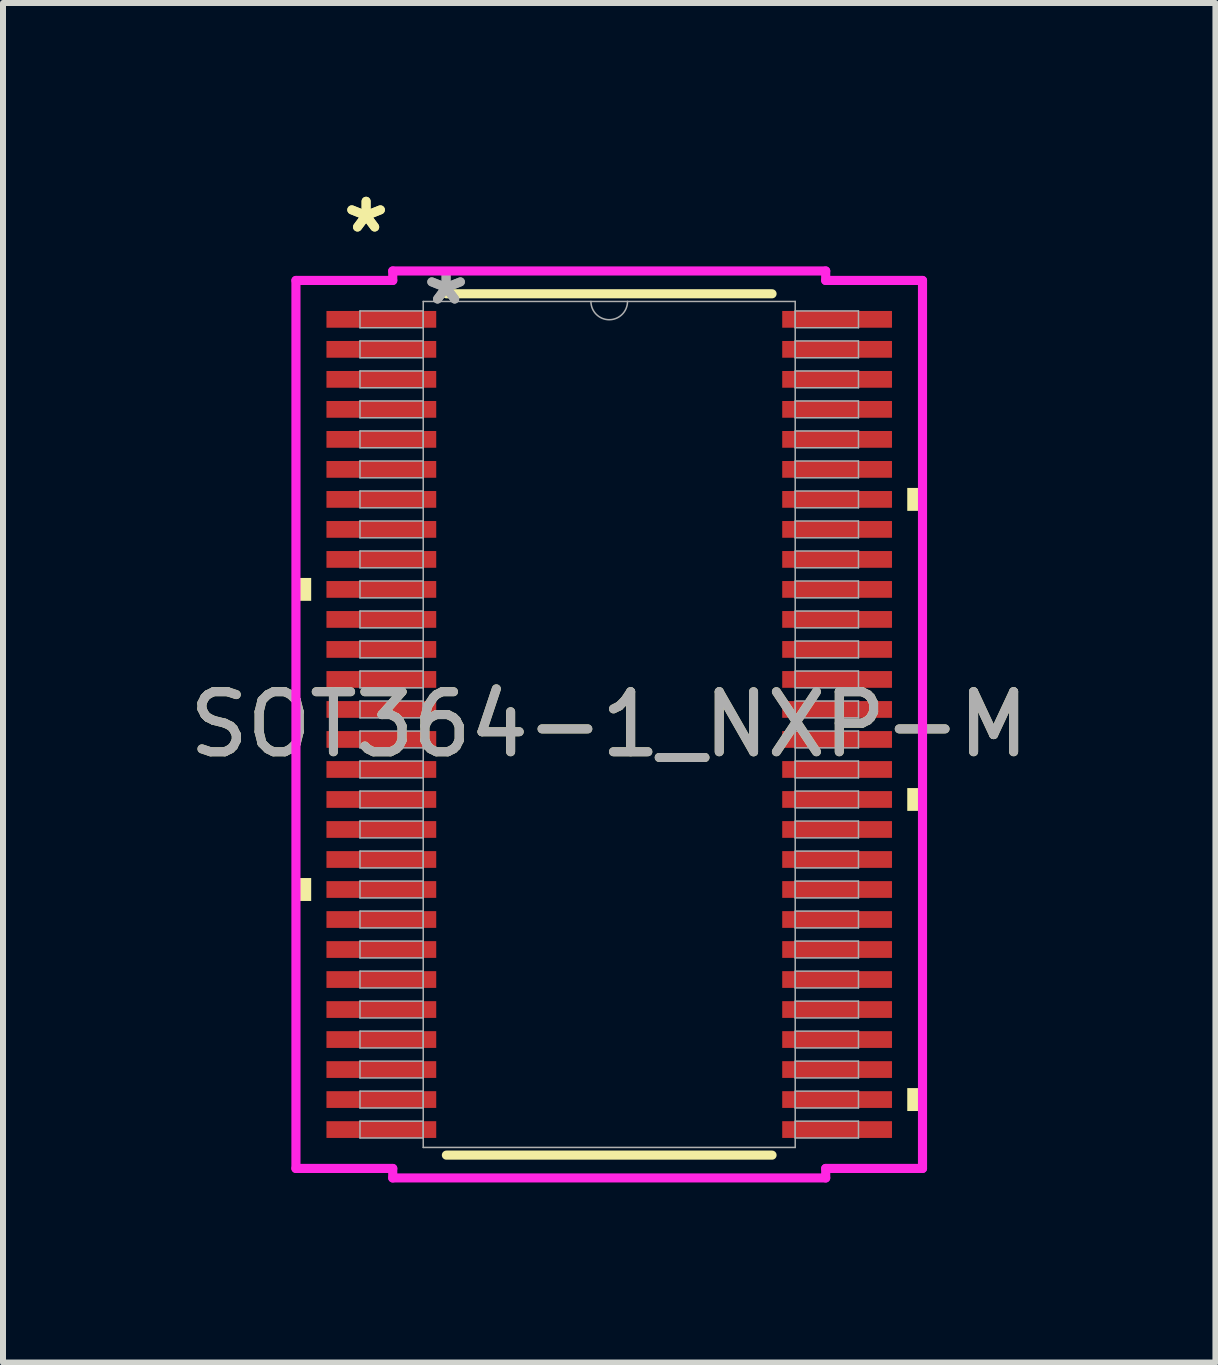
<source format=kicad_pcb>
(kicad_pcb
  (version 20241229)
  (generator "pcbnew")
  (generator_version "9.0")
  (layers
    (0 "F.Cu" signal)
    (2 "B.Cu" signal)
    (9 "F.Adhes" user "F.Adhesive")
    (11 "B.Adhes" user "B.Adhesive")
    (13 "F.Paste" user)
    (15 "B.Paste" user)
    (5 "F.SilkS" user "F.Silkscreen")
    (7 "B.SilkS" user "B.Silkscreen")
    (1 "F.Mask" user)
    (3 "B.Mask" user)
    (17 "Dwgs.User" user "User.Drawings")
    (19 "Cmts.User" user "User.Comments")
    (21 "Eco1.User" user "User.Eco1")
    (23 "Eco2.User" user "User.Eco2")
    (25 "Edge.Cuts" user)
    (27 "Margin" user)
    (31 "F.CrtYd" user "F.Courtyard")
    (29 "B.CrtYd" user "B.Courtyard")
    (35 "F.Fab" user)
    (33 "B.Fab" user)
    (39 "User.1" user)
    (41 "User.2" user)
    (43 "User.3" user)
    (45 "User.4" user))
  (footprint "SOT364-1_NXP-M"
    (layer "F.Cu")
    (at 7.101 9.021)
    (property "Reference" "SOT364-1_NXP-M" (at 0 0 0) (unlocked yes) (layer "F.SilkS") (effects (font (size 1 1) (thickness 0.15))))
    (attr smd)
    (fp_line (start -2.713 7.176) (end 2.713 7.176) (stroke (width 0.152) (type solid)) (layer "F.SilkS"))
    (fp_line (start 2.713 -7.176) (end -2.713 -7.176) (stroke (width 0.152) (type solid)) (layer "F.SilkS"))
    (fp_poly (pts (xy -5.22 -2.441) (xy -5.22 -2.06) (xy -4.966 -2.06) (xy -4.966 -2.441)) (stroke (width 0) (type solid)) (fill yes) (layer "F.SilkS"))
    (fp_poly (pts (xy -5.22 2.559) (xy -5.22 2.941) (xy -4.966 2.941) (xy -4.966 2.559)) (stroke (width 0) (type solid)) (fill yes) (layer "F.SilkS"))
    (fp_poly (pts (xy 5.22 -3.941) (xy 5.22 -3.559) (xy 4.966 -3.559) (xy 4.966 -3.941)) (stroke (width 0) (type solid)) (fill yes) (layer "F.SilkS"))
    (fp_poly (pts (xy 5.22 1.06) (xy 5.22 1.44) (xy 4.966 1.44) (xy 4.966 1.06)) (stroke (width 0) (type solid)) (fill yes) (layer "F.SilkS"))
    (fp_poly (pts (xy 5.22 6.059) (xy 5.22 6.441) (xy 4.966 6.441) (xy 4.966 6.059)) (stroke (width 0) (type solid)) (fill yes) (layer "F.SilkS"))
    (fp_line (start -5.22 -7.398) (end -3.607 -7.398) (stroke (width 0.152) (type solid)) (layer "F.CrtYd"))
    (fp_line (start -5.22 7.398) (end -5.22 -7.398) (stroke (width 0.152) (type solid)) (layer "F.CrtYd"))
    (fp_line (start -5.22 7.398) (end -3.607 7.398) (stroke (width 0.152) (type solid)) (layer "F.CrtYd"))
    (fp_line (start -3.607 -7.556) (end 3.607 -7.556) (stroke (width 0.152) (type solid)) (layer "F.CrtYd"))
    (fp_line (start -3.607 -7.398) (end -3.607 -7.556) (stroke (width 0.152) (type solid)) (layer "F.CrtYd"))
    (fp_line (start -3.607 7.556) (end -3.607 7.398) (stroke (width 0.152) (type solid)) (layer "F.CrtYd"))
    (fp_line (start 3.607 -7.556) (end 3.607 -7.398) (stroke (width 0.152) (type solid)) (layer "F.CrtYd"))
    (fp_line (start 3.607 7.398) (end 3.607 7.556) (stroke (width 0.152) (type solid)) (layer "F.CrtYd"))
    (fp_line (start 3.607 7.556) (end -3.607 7.556) (stroke (width 0.152) (type solid)) (layer "F.CrtYd"))
    (fp_line (start 5.22 -7.398) (end 3.607 -7.398) (stroke (width 0.152) (type solid)) (layer "F.CrtYd"))
    (fp_line (start 5.22 -7.398) (end 5.22 7.398) (stroke (width 0.152) (type solid)) (layer "F.CrtYd"))
    (fp_line (start 5.22 7.398) (end 3.607 7.398) (stroke (width 0.152) (type solid)) (layer "F.CrtYd"))
    (fp_line (start -4.153 -6.89) (end -4.153 -6.61) (stroke (width 0.025) (type solid)) (layer "F.Fab"))
    (fp_line (start -4.153 -6.61) (end -3.099 -6.61) (stroke (width 0.025) (type solid)) (layer "F.Fab"))
    (fp_line (start -4.153 -6.39) (end -4.153 -6.11) (stroke (width 0.025) (type solid)) (layer "F.Fab"))
    (fp_line (start -4.153 -6.11) (end -3.099 -6.11) (stroke (width 0.025) (type solid)) (layer "F.Fab"))
    (fp_line (start -4.153 -5.89) (end -4.153 -5.61) (stroke (width 0.025) (type solid)) (layer "F.Fab"))
    (fp_line (start -4.153 -5.61) (end -3.099 -5.61) (stroke (width 0.025) (type solid)) (layer "F.Fab"))
    (fp_line (start -4.153 -5.39) (end -4.153 -5.11) (stroke (width 0.025) (type solid)) (layer "F.Fab"))
    (fp_line (start -4.153 -5.11) (end -3.099 -5.11) (stroke (width 0.025) (type solid)) (layer "F.Fab"))
    (fp_line (start -4.153 -4.89) (end -4.153 -4.61) (stroke (width 0.025) (type solid)) (layer "F.Fab"))
    (fp_line (start -4.153 -4.61) (end -3.099 -4.61) (stroke (width 0.025) (type solid)) (layer "F.Fab"))
    (fp_line (start -4.153 -4.39) (end -4.153 -4.11) (stroke (width 0.025) (type solid)) (layer "F.Fab"))
    (fp_line (start -4.153 -4.11) (end -3.099 -4.11) (stroke (width 0.025) (type solid)) (layer "F.Fab"))
    (fp_line (start -4.153 -3.89) (end -4.153 -3.61) (stroke (width 0.025) (type solid)) (layer "F.Fab"))
    (fp_line (start -4.153 -3.61) (end -3.099 -3.61) (stroke (width 0.025) (type solid)) (layer "F.Fab"))
    (fp_line (start -4.153 -3.39) (end -4.153 -3.11) (stroke (width 0.025) (type solid)) (layer "F.Fab"))
    (fp_line (start -4.153 -3.11) (end -3.099 -3.11) (stroke (width 0.025) (type solid)) (layer "F.Fab"))
    (fp_line (start -4.153 -2.89) (end -4.153 -2.61) (stroke (width 0.025) (type solid)) (layer "F.Fab"))
    (fp_line (start -4.153 -2.61) (end -3.099 -2.61) (stroke (width 0.025) (type solid)) (layer "F.Fab"))
    (fp_line (start -4.153 -2.39) (end -4.153 -2.11) (stroke (width 0.025) (type solid)) (layer "F.Fab"))
    (fp_line (start -4.153 -2.11) (end -3.099 -2.11) (stroke (width 0.025) (type solid)) (layer "F.Fab"))
    (fp_line (start -4.153 -1.89) (end -4.153 -1.61) (stroke (width 0.025) (type solid)) (layer "F.Fab"))
    (fp_line (start -4.153 -1.61) (end -3.099 -1.61) (stroke (width 0.025) (type solid)) (layer "F.Fab"))
    (fp_line (start -4.153 -1.39) (end -4.153 -1.11) (stroke (width 0.025) (type solid)) (layer "F.Fab"))
    (fp_line (start -4.153 -1.11) (end -3.099 -1.11) (stroke (width 0.025) (type solid)) (layer "F.Fab"))
    (fp_line (start -4.153 -0.89) (end -4.153 -0.61) (stroke (width 0.025) (type solid)) (layer "F.Fab"))
    (fp_line (start -4.153 -0.61) (end -3.099 -0.61) (stroke (width 0.025) (type solid)) (layer "F.Fab"))
    (fp_line (start -4.153 -0.39) (end -4.153 -0.11) (stroke (width 0.025) (type solid)) (layer "F.Fab"))
    (fp_line (start -4.153 -0.11) (end -3.099 -0.11) (stroke (width 0.025) (type solid)) (layer "F.Fab"))
    (fp_line (start -4.153 0.11) (end -4.153 0.39) (stroke (width 0.025) (type solid)) (layer "F.Fab"))
    (fp_line (start -4.153 0.39) (end -3.099 0.39) (stroke (width 0.025) (type solid)) (layer "F.Fab"))
    (fp_line (start -4.153 0.61) (end -4.153 0.89) (stroke (width 0.025) (type solid)) (layer "F.Fab"))
    (fp_line (start -4.153 0.89) (end -3.099 0.89) (stroke (width 0.025) (type solid)) (layer "F.Fab"))
    (fp_line (start -4.153 1.11) (end -4.153 1.39) (stroke (width 0.025) (type solid)) (layer "F.Fab"))
    (fp_line (start -4.153 1.39) (end -3.099 1.39) (stroke (width 0.025) (type solid)) (layer "F.Fab"))
    (fp_line (start -4.153 1.61) (end -4.153 1.89) (stroke (width 0.025) (type solid)) (layer "F.Fab"))
    (fp_line (start -4.153 1.89) (end -3.099 1.89) (stroke (width 0.025) (type solid)) (layer "F.Fab"))
    (fp_line (start -4.153 2.11) (end -4.153 2.39) (stroke (width 0.025) (type solid)) (layer "F.Fab"))
    (fp_line (start -4.153 2.39) (end -3.099 2.39) (stroke (width 0.025) (type solid)) (layer "F.Fab"))
    (fp_line (start -4.153 2.61) (end -4.153 2.89) (stroke (width 0.025) (type solid)) (layer "F.Fab"))
    (fp_line (start -4.153 2.89) (end -3.099 2.89) (stroke (width 0.025) (type solid)) (layer "F.Fab"))
    (fp_line (start -4.153 3.11) (end -4.153 3.39) (stroke (width 0.025) (type solid)) (layer "F.Fab"))
    (fp_line (start -4.153 3.39) (end -3.099 3.39) (stroke (width 0.025) (type solid)) (layer "F.Fab"))
    (fp_line (start -4.153 3.61) (end -4.153 3.89) (stroke (width 0.025) (type solid)) (layer "F.Fab"))
    (fp_line (start -4.153 3.89) (end -3.099 3.89) (stroke (width 0.025) (type solid)) (layer "F.Fab"))
    (fp_line (start -4.153 4.11) (end -4.153 4.39) (stroke (width 0.025) (type solid)) (layer "F.Fab"))
    (fp_line (start -4.153 4.39) (end -3.099 4.39) (stroke (width 0.025) (type solid)) (layer "F.Fab"))
    (fp_line (start -4.153 4.61) (end -4.153 4.89) (stroke (width 0.025) (type solid)) (layer "F.Fab"))
    (fp_line (start -4.153 4.89) (end -3.099 4.89) (stroke (width 0.025) (type solid)) (layer "F.Fab"))
    (fp_line (start -4.153 5.11) (end -4.153 5.39) (stroke (width 0.025) (type solid)) (layer "F.Fab"))
    (fp_line (start -4.153 5.39) (end -3.099 5.39) (stroke (width 0.025) (type solid)) (layer "F.Fab"))
    (fp_line (start -4.153 5.61) (end -4.153 5.89) (stroke (width 0.025) (type solid)) (layer "F.Fab"))
    (fp_line (start -4.153 5.89) (end -3.099 5.89) (stroke (width 0.025) (type solid)) (layer "F.Fab"))
    (fp_line (start -4.153 6.11) (end -4.153 6.39) (stroke (width 0.025) (type solid)) (layer "F.Fab"))
    (fp_line (start -4.153 6.39) (end -3.099 6.39) (stroke (width 0.025) (type solid)) (layer "F.Fab"))
    (fp_line (start -4.153 6.61) (end -4.153 6.89) (stroke (width 0.025) (type solid)) (layer "F.Fab"))
    (fp_line (start -4.153 6.89) (end -3.099 6.89) (stroke (width 0.025) (type solid)) (layer "F.Fab"))
    (fp_line (start -3.099 -7.048) (end -3.099 7.048) (stroke (width 0.025) (type solid)) (layer "F.Fab"))
    (fp_line (start -3.099 -6.89) (end -4.153 -6.89) (stroke (width 0.025) (type solid)) (layer "F.Fab"))
    (fp_line (start -3.099 -6.61) (end -3.099 -6.89) (stroke (width 0.025) (type solid)) (layer "F.Fab"))
    (fp_line (start -3.099 -6.39) (end -4.153 -6.39) (stroke (width 0.025) (type solid)) (layer "F.Fab"))
    (fp_line (start -3.099 -6.11) (end -3.099 -6.39) (stroke (width 0.025) (type solid)) (layer "F.Fab"))
    (fp_line (start -3.099 -5.89) (end -4.153 -5.89) (stroke (width 0.025) (type solid)) (layer "F.Fab"))
    (fp_line (start -3.099 -5.61) (end -3.099 -5.89) (stroke (width 0.025) (type solid)) (layer "F.Fab"))
    (fp_line (start -3.099 -5.39) (end -4.153 -5.39) (stroke (width 0.025) (type solid)) (layer "F.Fab"))
    (fp_line (start -3.099 -5.11) (end -3.099 -5.39) (stroke (width 0.025) (type solid)) (layer "F.Fab"))
    (fp_line (start -3.099 -4.89) (end -4.153 -4.89) (stroke (width 0.025) (type solid)) (layer "F.Fab"))
    (fp_line (start -3.099 -4.61) (end -3.099 -4.89) (stroke (width 0.025) (type solid)) (layer "F.Fab"))
    (fp_line (start -3.099 -4.39) (end -4.153 -4.39) (stroke (width 0.025) (type solid)) (layer "F.Fab"))
    (fp_line (start -3.099 -4.11) (end -3.099 -4.39) (stroke (width 0.025) (type solid)) (layer "F.Fab"))
    (fp_line (start -3.099 -3.89) (end -4.153 -3.89) (stroke (width 0.025) (type solid)) (layer "F.Fab"))
    (fp_line (start -3.099 -3.61) (end -3.099 -3.89) (stroke (width 0.025) (type solid)) (layer "F.Fab"))
    (fp_line (start -3.099 -3.39) (end -4.153 -3.39) (stroke (width 0.025) (type solid)) (layer "F.Fab"))
    (fp_line (start -3.099 -3.11) (end -3.099 -3.39) (stroke (width 0.025) (type solid)) (layer "F.Fab"))
    (fp_line (start -3.099 -2.89) (end -4.153 -2.89) (stroke (width 0.025) (type solid)) (layer "F.Fab"))
    (fp_line (start -3.099 -2.61) (end -3.099 -2.89) (stroke (width 0.025) (type solid)) (layer "F.Fab"))
    (fp_line (start -3.099 -2.39) (end -4.153 -2.39) (stroke (width 0.025) (type solid)) (layer "F.Fab"))
    (fp_line (start -3.099 -2.11) (end -3.099 -2.39) (stroke (width 0.025) (type solid)) (layer "F.Fab"))
    (fp_line (start -3.099 -1.89) (end -4.153 -1.89) (stroke (width 0.025) (type solid)) (layer "F.Fab"))
    (fp_line (start -3.099 -1.61) (end -3.099 -1.89) (stroke (width 0.025) (type solid)) (layer "F.Fab"))
    (fp_line (start -3.099 -1.39) (end -4.153 -1.39) (stroke (width 0.025) (type solid)) (layer "F.Fab"))
    (fp_line (start -3.099 -1.11) (end -3.099 -1.39) (stroke (width 0.025) (type solid)) (layer "F.Fab"))
    (fp_line (start -3.099 -0.89) (end -4.153 -0.89) (stroke (width 0.025) (type solid)) (layer "F.Fab"))
    (fp_line (start -3.099 -0.61) (end -3.099 -0.89) (stroke (width 0.025) (type solid)) (layer "F.Fab"))
    (fp_line (start -3.099 -0.39) (end -4.153 -0.39) (stroke (width 0.025) (type solid)) (layer "F.Fab"))
    (fp_line (start -3.099 -0.11) (end -3.099 -0.39) (stroke (width 0.025) (type solid)) (layer "F.Fab"))
    (fp_line (start -3.099 0.11) (end -4.153 0.11) (stroke (width 0.025) (type solid)) (layer "F.Fab"))
    (fp_line (start -3.099 0.39) (end -3.099 0.11) (stroke (width 0.025) (type solid)) (layer "F.Fab"))
    (fp_line (start -3.099 0.61) (end -4.153 0.61) (stroke (width 0.025) (type solid)) (layer "F.Fab"))
    (fp_line (start -3.099 0.89) (end -3.099 0.61) (stroke (width 0.025) (type solid)) (layer "F.Fab"))
    (fp_line (start -3.099 1.11) (end -4.153 1.11) (stroke (width 0.025) (type solid)) (layer "F.Fab"))
    (fp_line (start -3.099 1.39) (end -3.099 1.11) (stroke (width 0.025) (type solid)) (layer "F.Fab"))
    (fp_line (start -3.099 1.61) (end -4.153 1.61) (stroke (width 0.025) (type solid)) (layer "F.Fab"))
    (fp_line (start -3.099 1.89) (end -3.099 1.61) (stroke (width 0.025) (type solid)) (layer "F.Fab"))
    (fp_line (start -3.099 2.11) (end -4.153 2.11) (stroke (width 0.025) (type solid)) (layer "F.Fab"))
    (fp_line (start -3.099 2.39) (end -3.099 2.11) (stroke (width 0.025) (type solid)) (layer "F.Fab"))
    (fp_line (start -3.099 2.61) (end -4.153 2.61) (stroke (width 0.025) (type solid)) (layer "F.Fab"))
    (fp_line (start -3.099 2.89) (end -3.099 2.61) (stroke (width 0.025) (type solid)) (layer "F.Fab"))
    (fp_line (start -3.099 3.11) (end -4.153 3.11) (stroke (width 0.025) (type solid)) (layer "F.Fab"))
    (fp_line (start -3.099 3.39) (end -3.099 3.11) (stroke (width 0.025) (type solid)) (layer "F.Fab"))
    (fp_line (start -3.099 3.61) (end -4.153 3.61) (stroke (width 0.025) (type solid)) (layer "F.Fab"))
    (fp_line (start -3.099 3.89) (end -3.099 3.61) (stroke (width 0.025) (type solid)) (layer "F.Fab"))
    (fp_line (start -3.099 4.11) (end -4.153 4.11) (stroke (width 0.025) (type solid)) (layer "F.Fab"))
    (fp_line (start -3.099 4.39) (end -3.099 4.11) (stroke (width 0.025) (type solid)) (layer "F.Fab"))
    (fp_line (start -3.099 4.61) (end -4.153 4.61) (stroke (width 0.025) (type solid)) (layer "F.Fab"))
    (fp_line (start -3.099 4.89) (end -3.099 4.61) (stroke (width 0.025) (type solid)) (layer "F.Fab"))
    (fp_line (start -3.099 5.11) (end -4.153 5.11) (stroke (width 0.025) (type solid)) (layer "F.Fab"))
    (fp_line (start -3.099 5.39) (end -3.099 5.11) (stroke (width 0.025) (type solid)) (layer "F.Fab"))
    (fp_line (start -3.099 5.61) (end -4.153 5.61) (stroke (width 0.025) (type solid)) (layer "F.Fab"))
    (fp_line (start -3.099 5.89) (end -3.099 5.61) (stroke (width 0.025) (type solid)) (layer "F.Fab"))
    (fp_line (start -3.099 6.11) (end -4.153 6.11) (stroke (width 0.025) (type solid)) (layer "F.Fab"))
    (fp_line (start -3.099 6.39) (end -3.099 6.11) (stroke (width 0.025) (type solid)) (layer "F.Fab"))
    (fp_line (start -3.099 6.61) (end -4.153 6.61) (stroke (width 0.025) (type solid)) (layer "F.Fab"))
    (fp_line (start -3.099 6.89) (end -3.099 6.61) (stroke (width 0.025) (type solid)) (layer "F.Fab"))
    (fp_line (start -3.099 7.048) (end 3.099 7.048) (stroke (width 0.025) (type solid)) (layer "F.Fab"))
    (fp_line (start 3.099 -7.048) (end -3.099 -7.048) (stroke (width 0.025) (type solid)) (layer "F.Fab"))
    (fp_line (start 3.099 -6.89) (end 3.099 -6.61) (stroke (width 0.025) (type solid)) (layer "F.Fab"))
    (fp_line (start 3.099 -6.61) (end 4.153 -6.61) (stroke (width 0.025) (type solid)) (layer "F.Fab"))
    (fp_line (start 3.099 -6.39) (end 3.099 -6.11) (stroke (width 0.025) (type solid)) (layer "F.Fab"))
    (fp_line (start 3.099 -6.11) (end 4.153 -6.11) (stroke (width 0.025) (type solid)) (layer "F.Fab"))
    (fp_line (start 3.099 -5.89) (end 3.099 -5.61) (stroke (width 0.025) (type solid)) (layer "F.Fab"))
    (fp_line (start 3.099 -5.61) (end 4.153 -5.61) (stroke (width 0.025) (type solid)) (layer "F.Fab"))
    (fp_line (start 3.099 -5.39) (end 3.099 -5.11) (stroke (width 0.025) (type solid)) (layer "F.Fab"))
    (fp_line (start 3.099 -5.11) (end 4.153 -5.11) (stroke (width 0.025) (type solid)) (layer "F.Fab"))
    (fp_line (start 3.099 -4.89) (end 3.099 -4.61) (stroke (width 0.025) (type solid)) (layer "F.Fab"))
    (fp_line (start 3.099 -4.61) (end 4.153 -4.61) (stroke (width 0.025) (type solid)) (layer "F.Fab"))
    (fp_line (start 3.099 -4.39) (end 3.099 -4.11) (stroke (width 0.025) (type solid)) (layer "F.Fab"))
    (fp_line (start 3.099 -4.11) (end 4.153 -4.11) (stroke (width 0.025) (type solid)) (layer "F.Fab"))
    (fp_line (start 3.099 -3.89) (end 3.099 -3.61) (stroke (width 0.025) (type solid)) (layer "F.Fab"))
    (fp_line (start 3.099 -3.61) (end 4.153 -3.61) (stroke (width 0.025) (type solid)) (layer "F.Fab"))
    (fp_line (start 3.099 -3.39) (end 3.099 -3.11) (stroke (width 0.025) (type solid)) (layer "F.Fab"))
    (fp_line (start 3.099 -3.11) (end 4.153 -3.11) (stroke (width 0.025) (type solid)) (layer "F.Fab"))
    (fp_line (start 3.099 -2.89) (end 3.099 -2.61) (stroke (width 0.025) (type solid)) (layer "F.Fab"))
    (fp_line (start 3.099 -2.61) (end 4.153 -2.61) (stroke (width 0.025) (type solid)) (layer "F.Fab"))
    (fp_line (start 3.099 -2.39) (end 3.099 -2.11) (stroke (width 0.025) (type solid)) (layer "F.Fab"))
    (fp_line (start 3.099 -2.11) (end 4.153 -2.11) (stroke (width 0.025) (type solid)) (layer "F.Fab"))
    (fp_line (start 3.099 -1.89) (end 3.099 -1.61) (stroke (width 0.025) (type solid)) (layer "F.Fab"))
    (fp_line (start 3.099 -1.61) (end 4.153 -1.61) (stroke (width 0.025) (type solid)) (layer "F.Fab"))
    (fp_line (start 3.099 -1.39) (end 3.099 -1.11) (stroke (width 0.025) (type solid)) (layer "F.Fab"))
    (fp_line (start 3.099 -1.11) (end 4.153 -1.11) (stroke (width 0.025) (type solid)) (layer "F.Fab"))
    (fp_line (start 3.099 -0.89) (end 3.099 -0.61) (stroke (width 0.025) (type solid)) (layer "F.Fab"))
    (fp_line (start 3.099 -0.61) (end 4.153 -0.61) (stroke (width 0.025) (type solid)) (layer "F.Fab"))
    (fp_line (start 3.099 -0.39) (end 3.099 -0.11) (stroke (width 0.025) (type solid)) (layer "F.Fab"))
    (fp_line (start 3.099 -0.11) (end 4.153 -0.11) (stroke (width 0.025) (type solid)) (layer "F.Fab"))
    (fp_line (start 3.099 0.11) (end 3.099 0.39) (stroke (width 0.025) (type solid)) (layer "F.Fab"))
    (fp_line (start 3.099 0.39) (end 4.153 0.39) (stroke (width 0.025) (type solid)) (layer "F.Fab"))
    (fp_line (start 3.099 0.61) (end 3.099 0.89) (stroke (width 0.025) (type solid)) (layer "F.Fab"))
    (fp_line (start 3.099 0.89) (end 4.153 0.89) (stroke (width 0.025) (type solid)) (layer "F.Fab"))
    (fp_line (start 3.099 1.11) (end 3.099 1.39) (stroke (width 0.025) (type solid)) (layer "F.Fab"))
    (fp_line (start 3.099 1.39) (end 4.153 1.39) (stroke (width 0.025) (type solid)) (layer "F.Fab"))
    (fp_line (start 3.099 1.61) (end 3.099 1.89) (stroke (width 0.025) (type solid)) (layer "F.Fab"))
    (fp_line (start 3.099 1.89) (end 4.153 1.89) (stroke (width 0.025) (type solid)) (layer "F.Fab"))
    (fp_line (start 3.099 2.11) (end 3.099 2.39) (stroke (width 0.025) (type solid)) (layer "F.Fab"))
    (fp_line (start 3.099 2.39) (end 4.153 2.39) (stroke (width 0.025) (type solid)) (layer "F.Fab"))
    (fp_line (start 3.099 2.61) (end 3.099 2.89) (stroke (width 0.025) (type solid)) (layer "F.Fab"))
    (fp_line (start 3.099 2.89) (end 4.153 2.89) (stroke (width 0.025) (type solid)) (layer "F.Fab"))
    (fp_line (start 3.099 3.11) (end 3.099 3.39) (stroke (width 0.025) (type solid)) (layer "F.Fab"))
    (fp_line (start 3.099 3.39) (end 4.153 3.39) (stroke (width 0.025) (type solid)) (layer "F.Fab"))
    (fp_line (start 3.099 3.61) (end 3.099 3.89) (stroke (width 0.025) (type solid)) (layer "F.Fab"))
    (fp_line (start 3.099 3.89) (end 4.153 3.89) (stroke (width 0.025) (type solid)) (layer "F.Fab"))
    (fp_line (start 3.099 4.11) (end 3.099 4.39) (stroke (width 0.025) (type solid)) (layer "F.Fab"))
    (fp_line (start 3.099 4.39) (end 4.153 4.39) (stroke (width 0.025) (type solid)) (layer "F.Fab"))
    (fp_line (start 3.099 4.61) (end 3.099 4.89) (stroke (width 0.025) (type solid)) (layer "F.Fab"))
    (fp_line (start 3.099 4.89) (end 4.153 4.89) (stroke (width 0.025) (type solid)) (layer "F.Fab"))
    (fp_line (start 3.099 5.11) (end 3.099 5.39) (stroke (width 0.025) (type solid)) (layer "F.Fab"))
    (fp_line (start 3.099 5.39) (end 4.153 5.39) (stroke (width 0.025) (type solid)) (layer "F.Fab"))
    (fp_line (start 3.099 5.61) (end 3.099 5.89) (stroke (width 0.025) (type solid)) (layer "F.Fab"))
    (fp_line (start 3.099 5.89) (end 4.153 5.89) (stroke (width 0.025) (type solid)) (layer "F.Fab"))
    (fp_line (start 3.099 6.11) (end 3.099 6.39) (stroke (width 0.025) (type solid)) (layer "F.Fab"))
    (fp_line (start 3.099 6.39) (end 4.153 6.39) (stroke (width 0.025) (type solid)) (layer "F.Fab"))
    (fp_line (start 3.099 6.61) (end 3.099 6.89) (stroke (width 0.025) (type solid)) (layer "F.Fab"))
    (fp_line (start 3.099 6.89) (end 4.153 6.89) (stroke (width 0.025) (type solid)) (layer "F.Fab"))
    (fp_line (start 3.099 7.048) (end 3.099 -7.048) (stroke (width 0.025) (type solid)) (layer "F.Fab"))
    (fp_line (start 4.153 -6.89) (end 3.099 -6.89) (stroke (width 0.025) (type solid)) (layer "F.Fab"))
    (fp_line (start 4.153 -6.61) (end 4.153 -6.89) (stroke (width 0.025) (type solid)) (layer "F.Fab"))
    (fp_line (start 4.153 -6.39) (end 3.099 -6.39) (stroke (width 0.025) (type solid)) (layer "F.Fab"))
    (fp_line (start 4.153 -6.11) (end 4.153 -6.39) (stroke (width 0.025) (type solid)) (layer "F.Fab"))
    (fp_line (start 4.153 -5.89) (end 3.099 -5.89) (stroke (width 0.025) (type solid)) (layer "F.Fab"))
    (fp_line (start 4.153 -5.61) (end 4.153 -5.89) (stroke (width 0.025) (type solid)) (layer "F.Fab"))
    (fp_line (start 4.153 -5.39) (end 3.099 -5.39) (stroke (width 0.025) (type solid)) (layer "F.Fab"))
    (fp_line (start 4.153 -5.11) (end 4.153 -5.39) (stroke (width 0.025) (type solid)) (layer "F.Fab"))
    (fp_line (start 4.153 -4.89) (end 3.099 -4.89) (stroke (width 0.025) (type solid)) (layer "F.Fab"))
    (fp_line (start 4.153 -4.61) (end 4.153 -4.89) (stroke (width 0.025) (type solid)) (layer "F.Fab"))
    (fp_line (start 4.153 -4.39) (end 3.099 -4.39) (stroke (width 0.025) (type solid)) (layer "F.Fab"))
    (fp_line (start 4.153 -4.11) (end 4.153 -4.39) (stroke (width 0.025) (type solid)) (layer "F.Fab"))
    (fp_line (start 4.153 -3.89) (end 3.099 -3.89) (stroke (width 0.025) (type solid)) (layer "F.Fab"))
    (fp_line (start 4.153 -3.61) (end 4.153 -3.89) (stroke (width 0.025) (type solid)) (layer "F.Fab"))
    (fp_line (start 4.153 -3.39) (end 3.099 -3.39) (stroke (width 0.025) (type solid)) (layer "F.Fab"))
    (fp_line (start 4.153 -3.11) (end 4.153 -3.39) (stroke (width 0.025) (type solid)) (layer "F.Fab"))
    (fp_line (start 4.153 -2.89) (end 3.099 -2.89) (stroke (width 0.025) (type solid)) (layer "F.Fab"))
    (fp_line (start 4.153 -2.61) (end 4.153 -2.89) (stroke (width 0.025) (type solid)) (layer "F.Fab"))
    (fp_line (start 4.153 -2.39) (end 3.099 -2.39) (stroke (width 0.025) (type solid)) (layer "F.Fab"))
    (fp_line (start 4.153 -2.11) (end 4.153 -2.39) (stroke (width 0.025) (type solid)) (layer "F.Fab"))
    (fp_line (start 4.153 -1.89) (end 3.099 -1.89) (stroke (width 0.025) (type solid)) (layer "F.Fab"))
    (fp_line (start 4.153 -1.61) (end 4.153 -1.89) (stroke (width 0.025) (type solid)) (layer "F.Fab"))
    (fp_line (start 4.153 -1.39) (end 3.099 -1.39) (stroke (width 0.025) (type solid)) (layer "F.Fab"))
    (fp_line (start 4.153 -1.11) (end 4.153 -1.39) (stroke (width 0.025) (type solid)) (layer "F.Fab"))
    (fp_line (start 4.153 -0.89) (end 3.099 -0.89) (stroke (width 0.025) (type solid)) (layer "F.Fab"))
    (fp_line (start 4.153 -0.61) (end 4.153 -0.89) (stroke (width 0.025) (type solid)) (layer "F.Fab"))
    (fp_line (start 4.153 -0.39) (end 3.099 -0.39) (stroke (width 0.025) (type solid)) (layer "F.Fab"))
    (fp_line (start 4.153 -0.11) (end 4.153 -0.39) (stroke (width 0.025) (type solid)) (layer "F.Fab"))
    (fp_line (start 4.153 0.11) (end 3.099 0.11) (stroke (width 0.025) (type solid)) (layer "F.Fab"))
    (fp_line (start 4.153 0.39) (end 4.153 0.11) (stroke (width 0.025) (type solid)) (layer "F.Fab"))
    (fp_line (start 4.153 0.61) (end 3.099 0.61) (stroke (width 0.025) (type solid)) (layer "F.Fab"))
    (fp_line (start 4.153 0.89) (end 4.153 0.61) (stroke (width 0.025) (type solid)) (layer "F.Fab"))
    (fp_line (start 4.153 1.11) (end 3.099 1.11) (stroke (width 0.025) (type solid)) (layer "F.Fab"))
    (fp_line (start 4.153 1.39) (end 4.153 1.11) (stroke (width 0.025) (type solid)) (layer "F.Fab"))
    (fp_line (start 4.153 1.61) (end 3.099 1.61) (stroke (width 0.025) (type solid)) (layer "F.Fab"))
    (fp_line (start 4.153 1.89) (end 4.153 1.61) (stroke (width 0.025) (type solid)) (layer "F.Fab"))
    (fp_line (start 4.153 2.11) (end 3.099 2.11) (stroke (width 0.025) (type solid)) (layer "F.Fab"))
    (fp_line (start 4.153 2.39) (end 4.153 2.11) (stroke (width 0.025) (type solid)) (layer "F.Fab"))
    (fp_line (start 4.153 2.61) (end 3.099 2.61) (stroke (width 0.025) (type solid)) (layer "F.Fab"))
    (fp_line (start 4.153 2.89) (end 4.153 2.61) (stroke (width 0.025) (type solid)) (layer "F.Fab"))
    (fp_line (start 4.153 3.11) (end 3.099 3.11) (stroke (width 0.025) (type solid)) (layer "F.Fab"))
    (fp_line (start 4.153 3.39) (end 4.153 3.11) (stroke (width 0.025) (type solid)) (layer "F.Fab"))
    (fp_line (start 4.153 3.61) (end 3.099 3.61) (stroke (width 0.025) (type solid)) (layer "F.Fab"))
    (fp_line (start 4.153 3.89) (end 4.153 3.61) (stroke (width 0.025) (type solid)) (layer "F.Fab"))
    (fp_line (start 4.153 4.11) (end 3.099 4.11) (stroke (width 0.025) (type solid)) (layer "F.Fab"))
    (fp_line (start 4.153 4.39) (end 4.153 4.11) (stroke (width 0.025) (type solid)) (layer "F.Fab"))
    (fp_line (start 4.153 4.61) (end 3.099 4.61) (stroke (width 0.025) (type solid)) (layer "F.Fab"))
    (fp_line (start 4.153 4.89) (end 4.153 4.61) (stroke (width 0.025) (type solid)) (layer "F.Fab"))
    (fp_line (start 4.153 5.11) (end 3.099 5.11) (stroke (width 0.025) (type solid)) (layer "F.Fab"))
    (fp_line (start 4.153 5.39) (end 4.153 5.11) (stroke (width 0.025) (type solid)) (layer "F.Fab"))
    (fp_line (start 4.153 5.61) (end 3.099 5.61) (stroke (width 0.025) (type solid)) (layer "F.Fab"))
    (fp_line (start 4.153 5.89) (end 4.153 5.61) (stroke (width 0.025) (type solid)) (layer "F.Fab"))
    (fp_line (start 4.153 6.11) (end 3.099 6.11) (stroke (width 0.025) (type solid)) (layer "F.Fab"))
    (fp_line (start 4.153 6.39) (end 4.153 6.11) (stroke (width 0.025) (type solid)) (layer "F.Fab"))
    (fp_line (start 4.153 6.61) (end 3.099 6.61) (stroke (width 0.025) (type solid)) (layer "F.Fab"))
    (fp_line (start 4.153 6.89) (end 4.153 6.61) (stroke (width 0.025) (type solid)) (layer "F.Fab"))
    (fp_arc (start 0.3048 -7.0485) (mid 0 -6.7437) (end -0.3048 -7.0485) (stroke (width 0.0254) (type solid)) (layer "F.Fab"))
    (fp_text user "*" (at -4.051 -8.172 0) (unlocked yes) (layer "F.SilkS") (effects (font (size 1 1) (thickness 0.15))))
    (fp_text user "*" (at -4.051 -8.172 0) (layer "F.SilkS") (effects (font (size 1 1) (thickness 0.15))))
    (fp_text user "${REFERENCE}" (at 0 0 0) (unlocked yes) (layer "F.Fab") (effects (font (size 1 1) (thickness 0.15))))
    (fp_text user "*" (at -2.718 -6.972 0) (unlocked yes) (layer "F.Fab") (effects (font (size 1 1) (thickness 0.15))))
    (fp_text user "*" (at -2.718 -6.972 0) (layer "F.Fab") (effects (font (size 1 1) (thickness 0.15))))
    (pad "1" smd rect (at -3.797 -6.75) (size 1.829 0.279) (layers "F.Cu" "F.Mask" "F.Paste"))
    (pad "2" smd rect (at -3.797 -6.25) (size 1.829 0.279) (layers "F.Cu" "F.Mask" "F.Paste"))
    (pad "3" smd rect (at -3.797 -5.75) (size 1.829 0.279) (layers "F.Cu" "F.Mask" "F.Paste"))
    (pad "4" smd rect (at -3.797 -5.25) (size 1.829 0.279) (layers "F.Cu" "F.Mask" "F.Paste"))
    (pad "5" smd rect (at -3.797 -4.75) (size 1.829 0.279) (layers "F.Cu" "F.Mask" "F.Paste"))
    (pad "6" smd rect (at -3.797 -4.25) (size 1.829 0.279) (layers "F.Cu" "F.Mask" "F.Paste"))
    (pad "7" smd rect (at -3.797 -3.75) (size 1.829 0.279) (layers "F.Cu" "F.Mask" "F.Paste"))
    (pad "8" smd rect (at -3.797 -3.25) (size 1.829 0.279) (layers "F.Cu" "F.Mask" "F.Paste"))
    (pad "9" smd rect (at -3.797 -2.75) (size 1.829 0.279) (layers "F.Cu" "F.Mask" "F.Paste"))
    (pad "10" smd rect (at -3.797 -2.25) (size 1.829 0.279) (layers "F.Cu" "F.Mask" "F.Paste"))
    (pad "11" smd rect (at -3.797 -1.75) (size 1.829 0.279) (layers "F.Cu" "F.Mask" "F.Paste"))
    (pad "12" smd rect (at -3.797 -1.25) (size 1.829 0.279) (layers "F.Cu" "F.Mask" "F.Paste"))
    (pad "13" smd rect (at -3.797 -0.75) (size 1.829 0.279) (layers "F.Cu" "F.Mask" "F.Paste"))
    (pad "14" smd rect (at -3.797 -0.25) (size 1.829 0.279) (layers "F.Cu" "F.Mask" "F.Paste"))
    (pad "15" smd rect (at -3.797 0.25) (size 1.829 0.279) (layers "F.Cu" "F.Mask" "F.Paste"))
    (pad "16" smd rect (at -3.797 0.75) (size 1.829 0.279) (layers "F.Cu" "F.Mask" "F.Paste"))
    (pad "17" smd rect (at -3.797 1.25) (size 1.829 0.279) (layers "F.Cu" "F.Mask" "F.Paste"))
    (pad "18" smd rect (at -3.797 1.75) (size 1.829 0.279) (layers "F.Cu" "F.Mask" "F.Paste"))
    (pad "19" smd rect (at -3.797 2.25) (size 1.829 0.279) (layers "F.Cu" "F.Mask" "F.Paste"))
    (pad "20" smd rect (at -3.797 2.75) (size 1.829 0.279) (layers "F.Cu" "F.Mask" "F.Paste"))
    (pad "21" smd rect (at -3.797 3.25) (size 1.829 0.279) (layers "F.Cu" "F.Mask" "F.Paste"))
    (pad "22" smd rect (at -3.797 3.75) (size 1.829 0.279) (layers "F.Cu" "F.Mask" "F.Paste"))
    (pad "23" smd rect (at -3.797 4.25) (size 1.829 0.279) (layers "F.Cu" "F.Mask" "F.Paste"))
    (pad "24" smd rect (at -3.797 4.75) (size 1.829 0.279) (layers "F.Cu" "F.Mask" "F.Paste"))
    (pad "25" smd rect (at -3.797 5.25) (size 1.829 0.279) (layers "F.Cu" "F.Mask" "F.Paste"))
    (pad "26" smd rect (at -3.797 5.75) (size 1.829 0.279) (layers "F.Cu" "F.Mask" "F.Paste"))
    (pad "27" smd rect (at -3.797 6.25) (size 1.829 0.279) (layers "F.Cu" "F.Mask" "F.Paste"))
    (pad "28" smd rect (at -3.797 6.75) (size 1.829 0.279) (layers "F.Cu" "F.Mask" "F.Paste"))
    (pad "29" smd rect (at 3.797 6.75) (size 1.829 0.279) (layers "F.Cu" "F.Mask" "F.Paste"))
    (pad "30" smd rect (at 3.797 6.25) (size 1.829 0.279) (layers "F.Cu" "F.Mask" "F.Paste"))
    (pad "31" smd rect (at 3.797 5.75) (size 1.829 0.279) (layers "F.Cu" "F.Mask" "F.Paste"))
    (pad "32" smd rect (at 3.797 5.25) (size 1.829 0.279) (layers "F.Cu" "F.Mask" "F.Paste"))
    (pad "33" smd rect (at 3.797 4.75) (size 1.829 0.279) (layers "F.Cu" "F.Mask" "F.Paste"))
    (pad "34" smd rect (at 3.797 4.25) (size 1.829 0.279) (layers "F.Cu" "F.Mask" "F.Paste"))
    (pad "35" smd rect (at 3.797 3.75) (size 1.829 0.279) (layers "F.Cu" "F.Mask" "F.Paste"))
    (pad "36" smd rect (at 3.797 3.25) (size 1.829 0.279) (layers "F.Cu" "F.Mask" "F.Paste"))
    (pad "37" smd rect (at 3.797 2.75) (size 1.829 0.279) (layers "F.Cu" "F.Mask" "F.Paste"))
    (pad "38" smd rect (at 3.797 2.25) (size 1.829 0.279) (layers "F.Cu" "F.Mask" "F.Paste"))
    (pad "39" smd rect (at 3.797 1.75) (size 1.829 0.279) (layers "F.Cu" "F.Mask" "F.Paste"))
    (pad "40" smd rect (at 3.797 1.25) (size 1.829 0.279) (layers "F.Cu" "F.Mask" "F.Paste"))
    (pad "41" smd rect (at 3.797 0.75) (size 1.829 0.279) (layers "F.Cu" "F.Mask" "F.Paste"))
    (pad "42" smd rect (at 3.797 0.25) (size 1.829 0.279) (layers "F.Cu" "F.Mask" "F.Paste"))
    (pad "43" smd rect (at 3.797 -0.25) (size 1.829 0.279) (layers "F.Cu" "F.Mask" "F.Paste"))
    (pad "44" smd rect (at 3.797 -0.75) (size 1.829 0.279) (layers "F.Cu" "F.Mask" "F.Paste"))
    (pad "45" smd rect (at 3.797 -1.25) (size 1.829 0.279) (layers "F.Cu" "F.Mask" "F.Paste"))
    (pad "46" smd rect (at 3.797 -1.75) (size 1.829 0.279) (layers "F.Cu" "F.Mask" "F.Paste"))
    (pad "47" smd rect (at 3.797 -2.25) (size 1.829 0.279) (layers "F.Cu" "F.Mask" "F.Paste"))
    (pad "48" smd rect (at 3.797 -2.75) (size 1.829 0.279) (layers "F.Cu" "F.Mask" "F.Paste"))
    (pad "49" smd rect (at 3.797 -3.25) (size 1.829 0.279) (layers "F.Cu" "F.Mask" "F.Paste"))
    (pad "50" smd rect (at 3.797 -3.75) (size 1.829 0.279) (layers "F.Cu" "F.Mask" "F.Paste"))
    (pad "51" smd rect (at 3.797 -4.25) (size 1.829 0.279) (layers "F.Cu" "F.Mask" "F.Paste"))
    (pad "52" smd rect (at 3.797 -4.75) (size 1.829 0.279) (layers "F.Cu" "F.Mask" "F.Paste"))
    (pad "53" smd rect (at 3.797 -5.25) (size 1.829 0.279) (layers "F.Cu" "F.Mask" "F.Paste"))
    (pad "54" smd rect (at 3.797 -5.75) (size 1.829 0.279) (layers "F.Cu" "F.Mask" "F.Paste"))
    (pad "55" smd rect (at 3.797 -6.25) (size 1.829 0.279) (layers "F.Cu" "F.Mask" "F.Paste"))
    (pad "56" smd rect (at 3.797 -6.75) (size 1.829 0.279) (layers "F.Cu" "F.Mask" "F.Paste")))
  (gr_rect
    (start -3 -3)
    (end 17.202 19.653)
    (stroke (width 0.1) (type default))
    (fill no)
    (layer "Edge.Cuts")))
</source>
